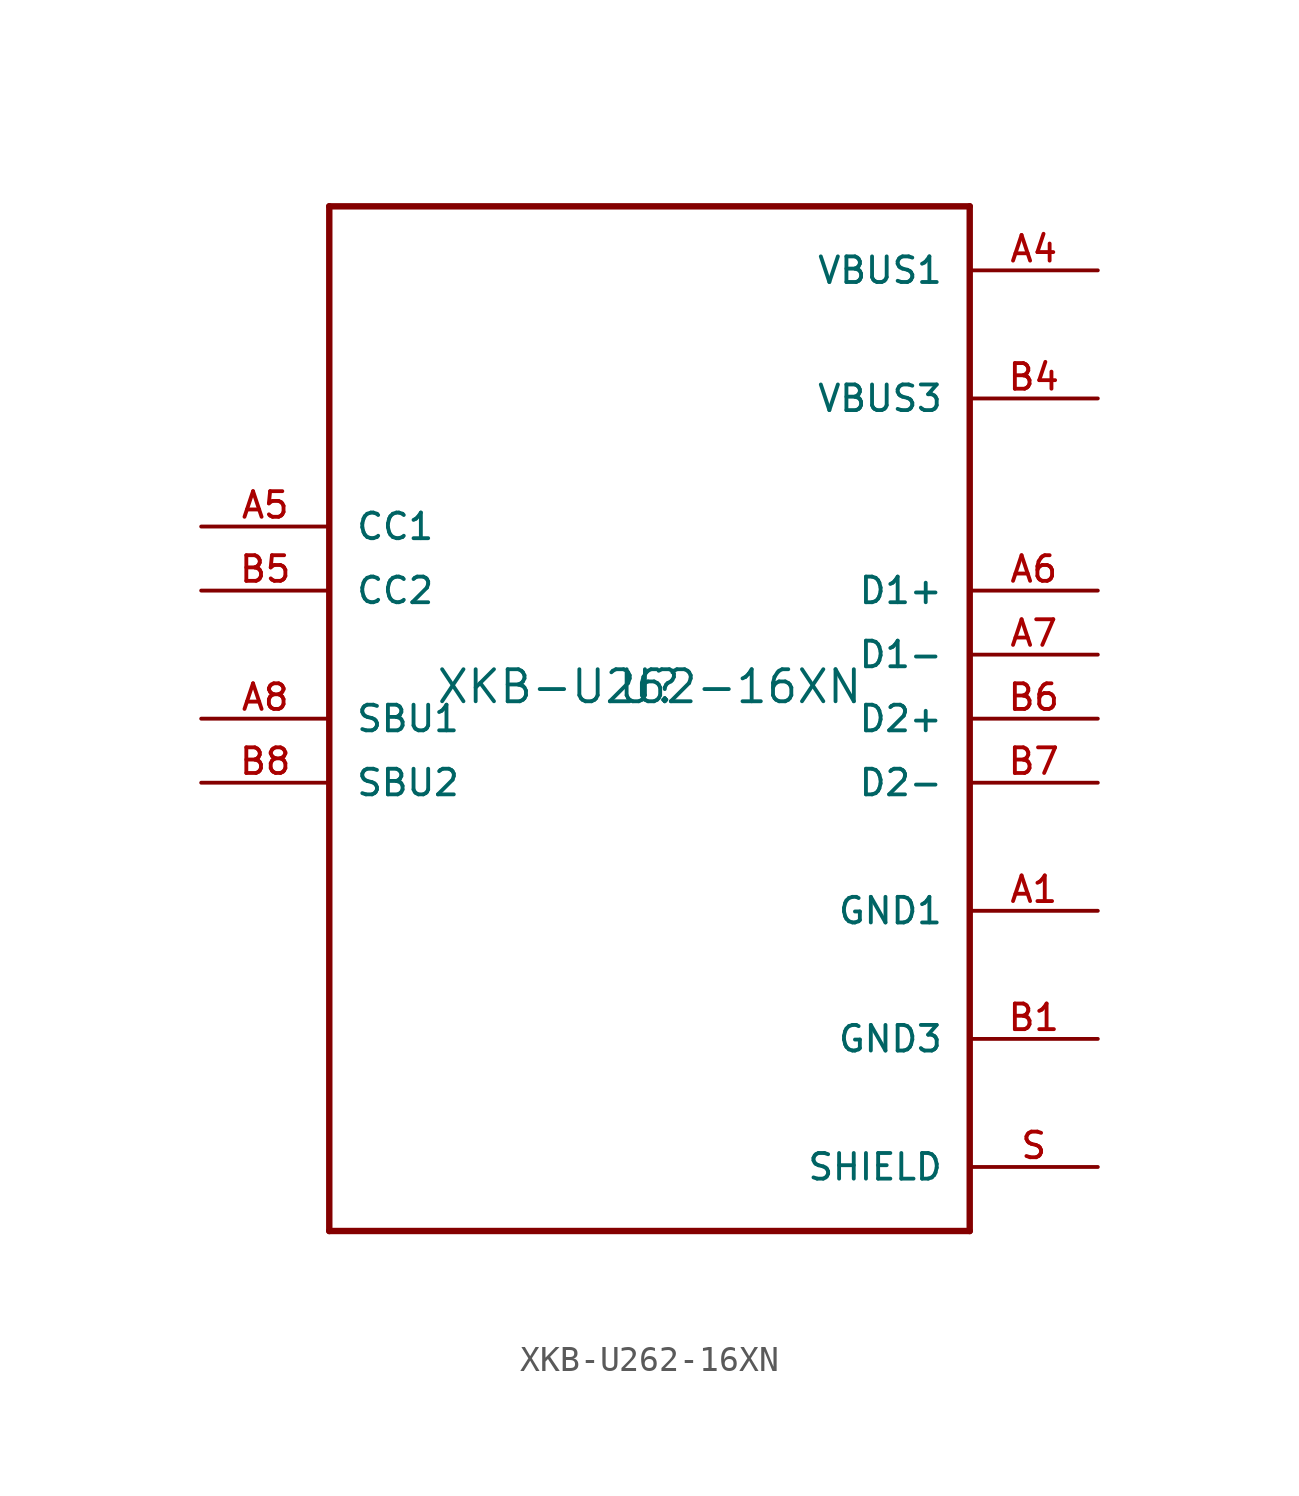
<source format=kicad_sym>
(kicad_symbol_lib
  (version 20211014)
  (generator kicad_symbol_editor)
  (symbol "XKB-U262-16XN"
    (pin_names
      (offset 1.016))
    (property "Reference" "U"
      (at 0 0 0)
      (effects (font (size 1.27 1.27))))
    (property "Value" "XKB-U262-16XN"
      (at 0 0 0)
      (effects (font (size 1.27 1.27))))
    (symbol "XKB-U262-16XN_1_1"
      (polyline (pts (xy -12.7 -21.59) (xy -12.7 19.05)) (stroke (width 0.254) (type default) (color 0 0 0 0)) (fill (type none)))
      (polyline (pts (xy -12.7 19.05) (xy 12.7 19.05)) (stroke (width 0.254) (type default) (color 0 0 0 0)) (fill (type none)))
      (polyline (pts (xy 12.7 -21.59) (xy -12.7 -21.59)) (stroke (width 0.254) (type default) (color 0 0 0 0)) (fill (type none)))
      (polyline (pts (xy 12.7 19.05) (xy 12.7 -21.59)) (stroke (width 0.254) (type default) (color 0 0 0 0)) (fill (type none)))
      (pin passive line (at 17.78 -8.89 180) (length 5.08) (name "GND1" (effects (font (size 1.016 1.016)))) (number "A1" (effects (font (size 1.016 1.016)))))
      (pin passive line (at 17.78 16.51 180) (length 5.08) (name "VBUS1" (effects (font (size 1.016 1.016)))) (number "A4" (effects (font (size 1.016 1.016)))))
      (pin passive line (at -17.78 6.35 0) (length 5.08) (name "CC1" (effects (font (size 1.016 1.016)))) (number "A5" (effects (font (size 1.016 1.016)))))
      (pin passive line (at 17.78 3.81 180) (length 5.08) (name "D1+" (effects (font (size 1.016 1.016)))) (number "A6" (effects (font (size 1.016 1.016)))))
      (pin passive line (at 17.78 1.27 180) (length 5.08) (name "D1-" (effects (font (size 1.016 1.016)))) (number "A7" (effects (font (size 1.016 1.016)))))
      (pin passive line (at -17.78 -1.27 0) (length 5.08) (name "SBU1" (effects (font (size 1.016 1.016)))) (number "A8" (effects (font (size 1.016 1.016)))))
      (pin passive line (at 17.78 -13.97 180) (length 5.08) (name "GND3" (effects (font (size 1.016 1.016)))) (number "B1" (effects (font (size 1.016 1.016)))))
      (pin passive line (at 17.78 11.43 180) (length 5.08) (name "VBUS3" (effects (font (size 1.016 1.016)))) (number "B4" (effects (font (size 1.016 1.016)))))
      (pin passive line (at -17.78 3.81 0) (length 5.08) (name "CC2" (effects (font (size 1.016 1.016)))) (number "B5" (effects (font (size 1.016 1.016)))))
      (pin passive line (at 17.78 -1.27 180) (length 5.08) (name "D2+" (effects (font (size 1.016 1.016)))) (number "B6" (effects (font (size 1.016 1.016)))))
      (pin passive line (at 17.78 -3.81 180) (length 5.08) (name "D2-" (effects (font (size 1.016 1.016)))) (number "B7" (effects (font (size 1.016 1.016)))))
      (pin passive line (at -17.78 -3.81 0) (length 5.08) (name "SBU2" (effects (font (size 1.016 1.016)))) (number "B8" (effects (font (size 1.016 1.016)))))
      (pin passive line (at 17.78 -19.05 180) (length 5.08) (name "SHIELD" (effects (font (size 1.016 1.016)))) (number "S" (effects (font (size 1.016 1.016))))))))
</source>
